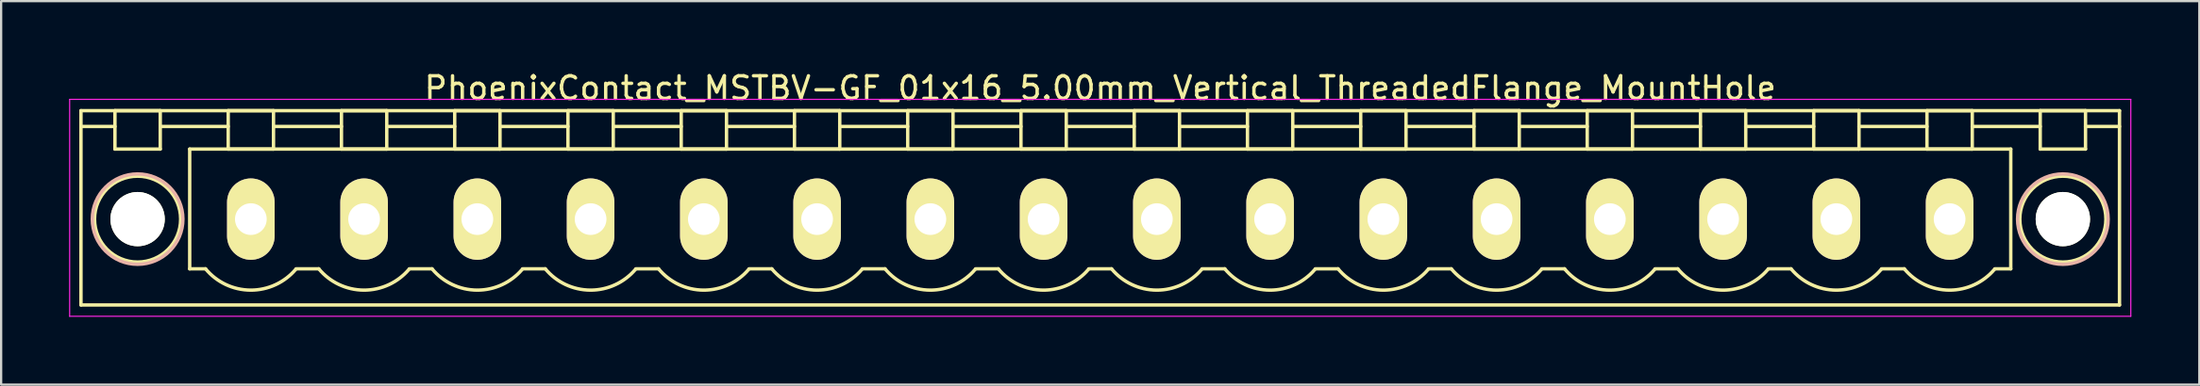
<source format=kicad_pcb>
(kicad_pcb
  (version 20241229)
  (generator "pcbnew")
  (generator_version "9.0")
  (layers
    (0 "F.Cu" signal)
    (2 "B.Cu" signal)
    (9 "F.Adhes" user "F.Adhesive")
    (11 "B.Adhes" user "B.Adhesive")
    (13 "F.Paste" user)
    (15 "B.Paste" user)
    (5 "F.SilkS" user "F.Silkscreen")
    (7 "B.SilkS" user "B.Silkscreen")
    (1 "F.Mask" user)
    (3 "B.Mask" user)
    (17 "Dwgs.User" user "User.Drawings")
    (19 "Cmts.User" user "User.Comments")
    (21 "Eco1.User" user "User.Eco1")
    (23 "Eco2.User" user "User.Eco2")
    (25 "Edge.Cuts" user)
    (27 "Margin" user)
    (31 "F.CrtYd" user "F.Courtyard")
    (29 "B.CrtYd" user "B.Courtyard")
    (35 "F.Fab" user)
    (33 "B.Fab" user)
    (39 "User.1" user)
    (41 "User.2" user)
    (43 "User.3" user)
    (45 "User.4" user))
  (footprint "PhoenixContact_MSTBV-GF_01x16_5.00mm_Vertical_ThreadedFlange_MountHole"
    (layer "F.Cu")
    (at 8.025 6.648)
    (property "Reference" "PhoenixContact_MSTBV-GF_01x16_5.00mm_Vertical_ThreadedFlange_MountHole" (at 37.5 -5.8 0) (layer "F.SilkS") (effects (font (size 1 1) (thickness 0.15))))
    (attr through_hole)
    (fp_line (start -7.5 -4.8) (end -7.5 3.8) (stroke (width 0.15) (type solid)) (layer "F.SilkS"))
    (fp_line (start -7.5 -4.1) (end -6 -4.1) (stroke (width 0.15) (type solid)) (layer "F.SilkS"))
    (fp_line (start -7.5 3.8) (end 82.5 3.8) (stroke (width 0.15) (type solid)) (layer "F.SilkS"))
    (fp_line (start -6 -4.8) (end -4 -4.8) (stroke (width 0.15) (type solid)) (layer "F.SilkS"))
    (fp_line (start -6 -3.1) (end -6 -4.8) (stroke (width 0.15) (type solid)) (layer "F.SilkS"))
    (fp_line (start -4 -4.8) (end -4 -3.1) (stroke (width 0.15) (type solid)) (layer "F.SilkS"))
    (fp_line (start -4 -4.1) (end -1 -4.1) (stroke (width 0.15) (type solid)) (layer "F.SilkS"))
    (fp_line (start -4 -3.1) (end -6 -3.1) (stroke (width 0.15) (type solid)) (layer "F.SilkS"))
    (fp_line (start -2.7 -3.1) (end 77.7 -3.1) (stroke (width 0.15) (type solid)) (layer "F.SilkS"))
    (fp_line (start -2.7 2.2) (end -2.7 -3.1) (stroke (width 0.15) (type solid)) (layer "F.SilkS"))
    (fp_line (start -2 2.2) (end -2.7 2.2) (stroke (width 0.15) (type solid)) (layer "F.SilkS"))
    (fp_line (start -1 -4.8) (end 1 -4.8) (stroke (width 0.15) (type solid)) (layer "F.SilkS"))
    (fp_line (start -1 -3.1) (end -1 -4.8) (stroke (width 0.15) (type solid)) (layer "F.SilkS"))
    (fp_line (start 1 -4.8) (end 1 -3.1) (stroke (width 0.15) (type solid)) (layer "F.SilkS"))
    (fp_line (start 1 -4.1) (end 4 -4.1) (stroke (width 0.15) (type solid)) (layer "F.SilkS"))
    (fp_line (start 1 -3.1) (end -1 -3.1) (stroke (width 0.15) (type solid)) (layer "F.SilkS"))
    (fp_line (start 2 2.2) (end 3 2.2) (stroke (width 0.15) (type solid)) (layer "F.SilkS"))
    (fp_line (start 4 -4.8) (end 6 -4.8) (stroke (width 0.15) (type solid)) (layer "F.SilkS"))
    (fp_line (start 4 -3.1) (end 4 -4.8) (stroke (width 0.15) (type solid)) (layer "F.SilkS"))
    (fp_line (start 6 -4.8) (end 6 -3.1) (stroke (width 0.15) (type solid)) (layer "F.SilkS"))
    (fp_line (start 6 -4.1) (end 9 -4.1) (stroke (width 0.15) (type solid)) (layer "F.SilkS"))
    (fp_line (start 6 -3.1) (end 4 -3.1) (stroke (width 0.15) (type solid)) (layer "F.SilkS"))
    (fp_line (start 7 2.2) (end 8 2.2) (stroke (width 0.15) (type solid)) (layer "F.SilkS"))
    (fp_line (start 9 -4.8) (end 11 -4.8) (stroke (width 0.15) (type solid)) (layer "F.SilkS"))
    (fp_line (start 9 -3.1) (end 9 -4.8) (stroke (width 0.15) (type solid)) (layer "F.SilkS"))
    (fp_line (start 11 -4.8) (end 11 -3.1) (stroke (width 0.15) (type solid)) (layer "F.SilkS"))
    (fp_line (start 11 -4.1) (end 14 -4.1) (stroke (width 0.15) (type solid)) (layer "F.SilkS"))
    (fp_line (start 11 -3.1) (end 9 -3.1) (stroke (width 0.15) (type solid)) (layer "F.SilkS"))
    (fp_line (start 12 2.2) (end 13 2.2) (stroke (width 0.15) (type solid)) (layer "F.SilkS"))
    (fp_line (start 14 -4.8) (end 16 -4.8) (stroke (width 0.15) (type solid)) (layer "F.SilkS"))
    (fp_line (start 14 -3.1) (end 14 -4.8) (stroke (width 0.15) (type solid)) (layer "F.SilkS"))
    (fp_line (start 16 -4.8) (end 16 -3.1) (stroke (width 0.15) (type solid)) (layer "F.SilkS"))
    (fp_line (start 16 -4.1) (end 19 -4.1) (stroke (width 0.15) (type solid)) (layer "F.SilkS"))
    (fp_line (start 16 -3.1) (end 14 -3.1) (stroke (width 0.15) (type solid)) (layer "F.SilkS"))
    (fp_line (start 17 2.2) (end 18 2.2) (stroke (width 0.15) (type solid)) (layer "F.SilkS"))
    (fp_line (start 19 -4.8) (end 21 -4.8) (stroke (width 0.15) (type solid)) (layer "F.SilkS"))
    (fp_line (start 19 -3.1) (end 19 -4.8) (stroke (width 0.15) (type solid)) (layer "F.SilkS"))
    (fp_line (start 21 -4.8) (end 21 -3.1) (stroke (width 0.15) (type solid)) (layer "F.SilkS"))
    (fp_line (start 21 -4.1) (end 24 -4.1) (stroke (width 0.15) (type solid)) (layer "F.SilkS"))
    (fp_line (start 21 -3.1) (end 19 -3.1) (stroke (width 0.15) (type solid)) (layer "F.SilkS"))
    (fp_line (start 22 2.2) (end 23 2.2) (stroke (width 0.15) (type solid)) (layer "F.SilkS"))
    (fp_line (start 24 -4.8) (end 26 -4.8) (stroke (width 0.15) (type solid)) (layer "F.SilkS"))
    (fp_line (start 24 -3.1) (end 24 -4.8) (stroke (width 0.15) (type solid)) (layer "F.SilkS"))
    (fp_line (start 26 -4.8) (end 26 -3.1) (stroke (width 0.15) (type solid)) (layer "F.SilkS"))
    (fp_line (start 26 -4.1) (end 29 -4.1) (stroke (width 0.15) (type solid)) (layer "F.SilkS"))
    (fp_line (start 26 -3.1) (end 24 -3.1) (stroke (width 0.15) (type solid)) (layer "F.SilkS"))
    (fp_line (start 27 2.2) (end 28 2.2) (stroke (width 0.15) (type solid)) (layer "F.SilkS"))
    (fp_line (start 29 -4.8) (end 31 -4.8) (stroke (width 0.15) (type solid)) (layer "F.SilkS"))
    (fp_line (start 29 -3.1) (end 29 -4.8) (stroke (width 0.15) (type solid)) (layer "F.SilkS"))
    (fp_line (start 31 -4.8) (end 31 -3.1) (stroke (width 0.15) (type solid)) (layer "F.SilkS"))
    (fp_line (start 31 -4.1) (end 34 -4.1) (stroke (width 0.15) (type solid)) (layer "F.SilkS"))
    (fp_line (start 31 -3.1) (end 29 -3.1) (stroke (width 0.15) (type solid)) (layer "F.SilkS"))
    (fp_line (start 32 2.2) (end 33 2.2) (stroke (width 0.15) (type solid)) (layer "F.SilkS"))
    (fp_line (start 34 -4.8) (end 36 -4.8) (stroke (width 0.15) (type solid)) (layer "F.SilkS"))
    (fp_line (start 34 -3.1) (end 34 -4.8) (stroke (width 0.15) (type solid)) (layer "F.SilkS"))
    (fp_line (start 36 -4.8) (end 36 -3.1) (stroke (width 0.15) (type solid)) (layer "F.SilkS"))
    (fp_line (start 36 -4.1) (end 39 -4.1) (stroke (width 0.15) (type solid)) (layer "F.SilkS"))
    (fp_line (start 36 -3.1) (end 34 -3.1) (stroke (width 0.15) (type solid)) (layer "F.SilkS"))
    (fp_line (start 37 2.2) (end 38 2.2) (stroke (width 0.15) (type solid)) (layer "F.SilkS"))
    (fp_line (start 39 -4.8) (end 41 -4.8) (stroke (width 0.15) (type solid)) (layer "F.SilkS"))
    (fp_line (start 39 -3.1) (end 39 -4.8) (stroke (width 0.15) (type solid)) (layer "F.SilkS"))
    (fp_line (start 41 -4.8) (end 41 -3.1) (stroke (width 0.15) (type solid)) (layer "F.SilkS"))
    (fp_line (start 41 -4.1) (end 44 -4.1) (stroke (width 0.15) (type solid)) (layer "F.SilkS"))
    (fp_line (start 41 -3.1) (end 39 -3.1) (stroke (width 0.15) (type solid)) (layer "F.SilkS"))
    (fp_line (start 42 2.2) (end 43 2.2) (stroke (width 0.15) (type solid)) (layer "F.SilkS"))
    (fp_line (start 44 -4.8) (end 46 -4.8) (stroke (width 0.15) (type solid)) (layer "F.SilkS"))
    (fp_line (start 44 -3.1) (end 44 -4.8) (stroke (width 0.15) (type solid)) (layer "F.SilkS"))
    (fp_line (start 46 -4.8) (end 46 -3.1) (stroke (width 0.15) (type solid)) (layer "F.SilkS"))
    (fp_line (start 46 -4.1) (end 49 -4.1) (stroke (width 0.15) (type solid)) (layer "F.SilkS"))
    (fp_line (start 46 -3.1) (end 44 -3.1) (stroke (width 0.15) (type solid)) (layer "F.SilkS"))
    (fp_line (start 47 2.2) (end 48 2.2) (stroke (width 0.15) (type solid)) (layer "F.SilkS"))
    (fp_line (start 49 -4.8) (end 51 -4.8) (stroke (width 0.15) (type solid)) (layer "F.SilkS"))
    (fp_line (start 49 -3.1) (end 49 -4.8) (stroke (width 0.15) (type solid)) (layer "F.SilkS"))
    (fp_line (start 51 -4.8) (end 51 -3.1) (stroke (width 0.15) (type solid)) (layer "F.SilkS"))
    (fp_line (start 51 -4.1) (end 54 -4.1) (stroke (width 0.15) (type solid)) (layer "F.SilkS"))
    (fp_line (start 51 -3.1) (end 49 -3.1) (stroke (width 0.15) (type solid)) (layer "F.SilkS"))
    (fp_line (start 52 2.2) (end 53 2.2) (stroke (width 0.15) (type solid)) (layer "F.SilkS"))
    (fp_line (start 54 -4.8) (end 56 -4.8) (stroke (width 0.15) (type solid)) (layer "F.SilkS"))
    (fp_line (start 54 -3.1) (end 54 -4.8) (stroke (width 0.15) (type solid)) (layer "F.SilkS"))
    (fp_line (start 56 -4.8) (end 56 -3.1) (stroke (width 0.15) (type solid)) (layer "F.SilkS"))
    (fp_line (start 56 -4.1) (end 59 -4.1) (stroke (width 0.15) (type solid)) (layer "F.SilkS"))
    (fp_line (start 56 -3.1) (end 54 -3.1) (stroke (width 0.15) (type solid)) (layer "F.SilkS"))
    (fp_line (start 57 2.2) (end 58 2.2) (stroke (width 0.15) (type solid)) (layer "F.SilkS"))
    (fp_line (start 59 -4.8) (end 61 -4.8) (stroke (width 0.15) (type solid)) (layer "F.SilkS"))
    (fp_line (start 59 -3.1) (end 59 -4.8) (stroke (width 0.15) (type solid)) (layer "F.SilkS"))
    (fp_line (start 61 -4.8) (end 61 -3.1) (stroke (width 0.15) (type solid)) (layer "F.SilkS"))
    (fp_line (start 61 -4.1) (end 64 -4.1) (stroke (width 0.15) (type solid)) (layer "F.SilkS"))
    (fp_line (start 61 -3.1) (end 59 -3.1) (stroke (width 0.15) (type solid)) (layer "F.SilkS"))
    (fp_line (start 62 2.2) (end 63 2.2) (stroke (width 0.15) (type solid)) (layer "F.SilkS"))
    (fp_line (start 64 -4.8) (end 66 -4.8) (stroke (width 0.15) (type solid)) (layer "F.SilkS"))
    (fp_line (start 64 -3.1) (end 64 -4.8) (stroke (width 0.15) (type solid)) (layer "F.SilkS"))
    (fp_line (start 66 -4.8) (end 66 -3.1) (stroke (width 0.15) (type solid)) (layer "F.SilkS"))
    (fp_line (start 66 -4.1) (end 69 -4.1) (stroke (width 0.15) (type solid)) (layer "F.SilkS"))
    (fp_line (start 66 -3.1) (end 64 -3.1) (stroke (width 0.15) (type solid)) (layer "F.SilkS"))
    (fp_line (start 67 2.2) (end 68 2.2) (stroke (width 0.15) (type solid)) (layer "F.SilkS"))
    (fp_line (start 69 -4.8) (end 71 -4.8) (stroke (width 0.15) (type solid)) (layer "F.SilkS"))
    (fp_line (start 69 -3.1) (end 69 -4.8) (stroke (width 0.15) (type solid)) (layer "F.SilkS"))
    (fp_line (start 71 -4.8) (end 71 -3.1) (stroke (width 0.15) (type solid)) (layer "F.SilkS"))
    (fp_line (start 71 -4.1) (end 74 -4.1) (stroke (width 0.15) (type solid)) (layer "F.SilkS"))
    (fp_line (start 71 -3.1) (end 69 -3.1) (stroke (width 0.15) (type solid)) (layer "F.SilkS"))
    (fp_line (start 72 2.2) (end 73 2.2) (stroke (width 0.15) (type solid)) (layer "F.SilkS"))
    (fp_line (start 74 -4.8) (end 76 -4.8) (stroke (width 0.15) (type solid)) (layer "F.SilkS"))
    (fp_line (start 74 -3.1) (end 74 -4.8) (stroke (width 0.15) (type solid)) (layer "F.SilkS"))
    (fp_line (start 76 -4.8) (end 76 -3.1) (stroke (width 0.15) (type solid)) (layer "F.SilkS"))
    (fp_line (start 76 -4.1) (end 79 -4.1) (stroke (width 0.15) (type solid)) (layer "F.SilkS"))
    (fp_line (start 76 -3.1) (end 74 -3.1) (stroke (width 0.15) (type solid)) (layer "F.SilkS"))
    (fp_line (start 77.7 -3.1) (end 77.7 2.2) (stroke (width 0.15) (type solid)) (layer "F.SilkS"))
    (fp_line (start 77.7 2.2) (end 77 2.2) (stroke (width 0.15) (type solid)) (layer "F.SilkS"))
    (fp_line (start 79 -4.8) (end 81 -4.8) (stroke (width 0.15) (type solid)) (layer "F.SilkS"))
    (fp_line (start 79 -3.1) (end 79 -4.8) (stroke (width 0.15) (type solid)) (layer "F.SilkS"))
    (fp_line (start 81 -4.8) (end 81 -3.1) (stroke (width 0.15) (type solid)) (layer "F.SilkS"))
    (fp_line (start 81 -3.1) (end 79 -3.1) (stroke (width 0.15) (type solid)) (layer "F.SilkS"))
    (fp_line (start 82.5 -4.8) (end -7.5 -4.8) (stroke (width 0.15) (type solid)) (layer "F.SilkS"))
    (fp_line (start 82.5 -4.1) (end 81 -4.1) (stroke (width 0.15) (type solid)) (layer "F.SilkS"))
    (fp_line (start 82.5 3.8) (end 82.5 -4.8) (stroke (width 0.15) (type solid)) (layer "F.SilkS"))
    (fp_arc (start 1.986842 2.215821) (mid -0.010289 3.142758) (end -2 2.2) (stroke (width 0.15) (type solid)) (layer "F.SilkS"))
    (fp_arc (start 6.986842 2.215821) (mid 4.989711 3.142758) (end 3 2.2) (stroke (width 0.15) (type solid)) (layer "F.SilkS"))
    (fp_arc (start 11.986842 2.215821) (mid 9.989711 3.142758) (end 8 2.2) (stroke (width 0.15) (type solid)) (layer "F.SilkS"))
    (fp_arc (start 16.986842 2.215821) (mid 14.989711 3.142758) (end 13 2.2) (stroke (width 0.15) (type solid)) (layer "F.SilkS"))
    (fp_arc (start 21.986842 2.215821) (mid 19.989711 3.142758) (end 18 2.2) (stroke (width 0.15) (type solid)) (layer "F.SilkS"))
    (fp_arc (start 26.986842 2.215821) (mid 24.989711 3.142758) (end 23 2.2) (stroke (width 0.15) (type solid)) (layer "F.SilkS"))
    (fp_arc (start 31.986842 2.215821) (mid 29.989711 3.142758) (end 28 2.2) (stroke (width 0.15) (type solid)) (layer "F.SilkS"))
    (fp_arc (start 36.986842 2.215821) (mid 34.989711 3.142758) (end 33 2.2) (stroke (width 0.15) (type solid)) (layer "F.SilkS"))
    (fp_arc (start 41.986842 2.215821) (mid 39.989711 3.142758) (end 38 2.2) (stroke (width 0.15) (type solid)) (layer "F.SilkS"))
    (fp_arc (start 46.986842 2.215821) (mid 44.989711 3.142758) (end 43 2.2) (stroke (width 0.15) (type solid)) (layer "F.SilkS"))
    (fp_arc (start 51.986842 2.215821) (mid 49.989711 3.142758) (end 48 2.2) (stroke (width 0.15) (type solid)) (layer "F.SilkS"))
    (fp_arc (start 56.986842 2.215821) (mid 54.989711 3.142758) (end 53 2.2) (stroke (width 0.15) (type solid)) (layer "F.SilkS"))
    (fp_arc (start 61.986842 2.215821) (mid 59.989711 3.142758) (end 58 2.2) (stroke (width 0.15) (type solid)) (layer "F.SilkS"))
    (fp_arc (start 66.986842 2.215821) (mid 64.989711 3.142758) (end 63 2.2) (stroke (width 0.15) (type solid)) (layer "F.SilkS"))
    (fp_arc (start 71.986842 2.215821) (mid 69.989711 3.142758) (end 68 2.2) (stroke (width 0.15) (type solid)) (layer "F.SilkS"))
    (fp_arc (start 76.986842 2.215821) (mid 74.989711 3.142758) (end 73 2.2) (stroke (width 0.15) (type solid)) (layer "F.SilkS"))
    (fp_circle (center -5 0) (end -4 0) (stroke (width 0.15) (type solid)) (fill no) (layer "F.SilkS"))
    (fp_circle (center -5 0) (end -3.1 0) (stroke (width 0.15) (type solid)) (fill no) (layer "F.SilkS"))
    (fp_circle (center 80 0) (end 81 0) (stroke (width 0.15) (type solid)) (fill no) (layer "F.SilkS"))
    (fp_circle (center 80 0) (end 81.9 0) (stroke (width 0.15) (type solid)) (fill no) (layer "F.SilkS"))
    (fp_circle (center -5 0) (end -3 0) (stroke (width 0.15) (type solid)) (fill no) (layer "B.SilkS"))
    (fp_circle (center 80 0) (end 82 0) (stroke (width 0.15) (type solid)) (fill no) (layer "B.SilkS"))
    (fp_line (start -8 -5.3) (end -8 4.3) (stroke (width 0.05) (type solid)) (layer "F.CrtYd"))
    (fp_line (start -8 4.3) (end 83 4.3) (stroke (width 0.05) (type solid)) (layer "F.CrtYd"))
    (fp_line (start 83 -5.3) (end -8 -5.3) (stroke (width 0.05) (type solid)) (layer "F.CrtYd"))
    (fp_line (start 83 4.3) (end 83 -5.3) (stroke (width 0.05) (type solid)) (layer "F.CrtYd"))
    (pad "" np_thru_hole circle (at -5 0) (size 2.4 2.4) (drill 2.4) (layers "*.Cu" "*.Mask" "F.SilkS"))
    (pad "" np_thru_hole circle (at 80 0) (size 2.4 2.4) (drill 2.4) (layers "*.Cu" "*.Mask" "F.SilkS"))
    (pad "1" thru_hole oval (at 0 0) (size 2.1 3.6) (drill 1.4) (layers "*.Cu" "*.Mask" "F.SilkS"))
    (pad "2" thru_hole oval (at 5 0) (size 2.1 3.6) (drill 1.4) (layers "*.Cu" "*.Mask" "F.SilkS"))
    (pad "3" thru_hole oval (at 10 0) (size 2.1 3.6) (drill 1.4) (layers "*.Cu" "*.Mask" "F.SilkS"))
    (pad "4" thru_hole oval (at 15 0) (size 2.1 3.6) (drill 1.4) (layers "*.Cu" "*.Mask" "F.SilkS"))
    (pad "5" thru_hole oval (at 20 0) (size 2.1 3.6) (drill 1.4) (layers "*.Cu" "*.Mask" "F.SilkS"))
    (pad "6" thru_hole oval (at 25 0) (size 2.1 3.6) (drill 1.4) (layers "*.Cu" "*.Mask" "F.SilkS"))
    (pad "7" thru_hole oval (at 30 0) (size 2.1 3.6) (drill 1.4) (layers "*.Cu" "*.Mask" "F.SilkS"))
    (pad "8" thru_hole oval (at 35 0) (size 2.1 3.6) (drill 1.4) (layers "*.Cu" "*.Mask" "F.SilkS"))
    (pad "9" thru_hole oval (at 40 0) (size 2.1 3.6) (drill 1.4) (layers "*.Cu" "*.Mask" "F.SilkS"))
    (pad "10" thru_hole oval (at 45 0) (size 2.1 3.6) (drill 1.4) (layers "*.Cu" "*.Mask" "F.SilkS"))
    (pad "11" thru_hole oval (at 50 0) (size 2.1 3.6) (drill 1.4) (layers "*.Cu" "*.Mask" "F.SilkS"))
    (pad "12" thru_hole oval (at 55 0) (size 2.1 3.6) (drill 1.4) (layers "*.Cu" "*.Mask" "F.SilkS"))
    (pad "13" thru_hole oval (at 60 0) (size 2.1 3.6) (drill 1.4) (layers "*.Cu" "*.Mask" "F.SilkS"))
    (pad "14" thru_hole oval (at 65 0) (size 2.1 3.6) (drill 1.4) (layers "*.Cu" "*.Mask" "F.SilkS"))
    (pad "15" thru_hole oval (at 70 0) (size 2.1 3.6) (drill 1.4) (layers "*.Cu" "*.Mask" "F.SilkS"))
    (pad "16" thru_hole oval (at 75 0) (size 2.1 3.6) (drill 1.4) (layers "*.Cu" "*.Mask" "F.SilkS")))
  (gr_rect
    (start -3 -3)
    (end 94.05 13.973)
    (stroke (width 0.1) (type default))
    (fill no)
    (layer "Edge.Cuts")))
</source>
